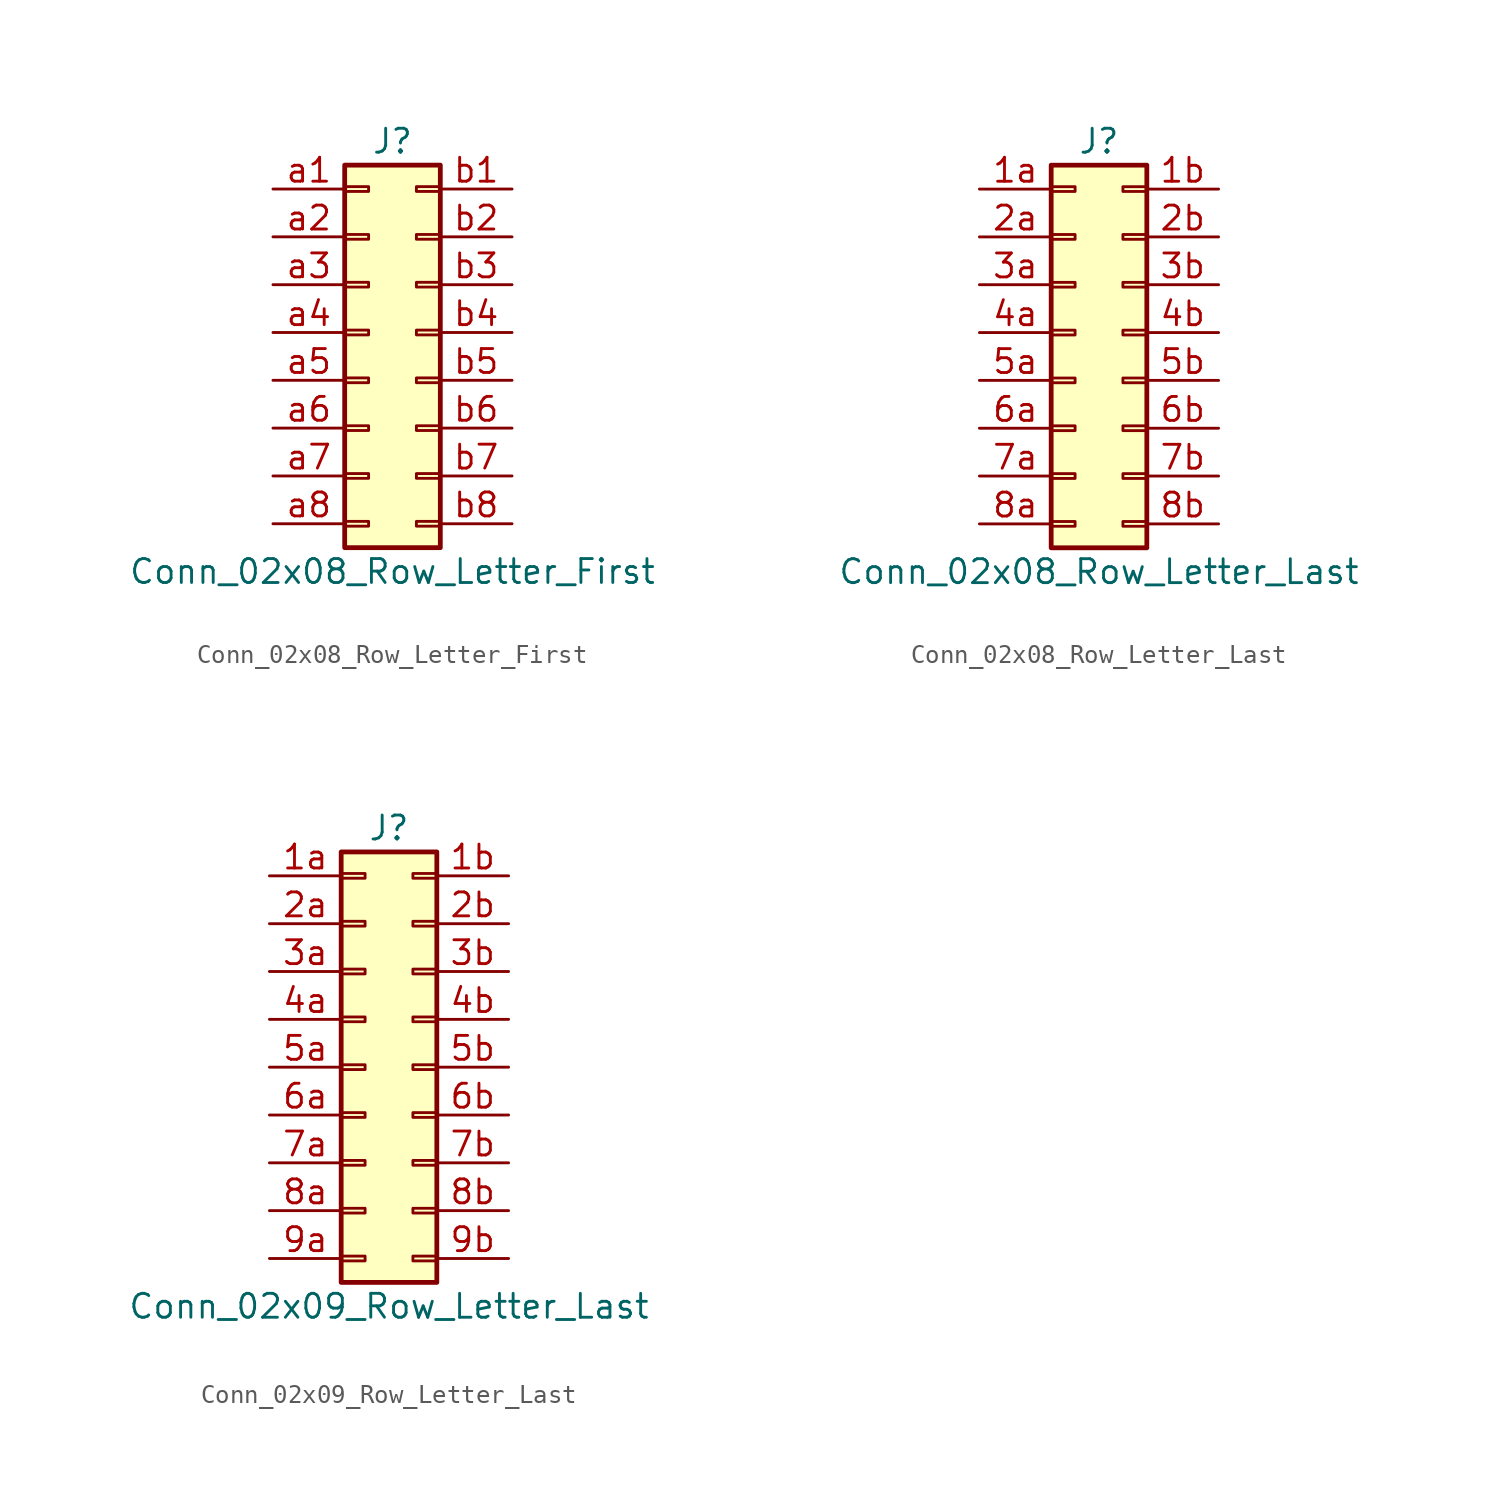
<source format=kicad_sym>
(kicad_symbol_lib
  (version 20201005)
  (generator kicad_symbol_editor)
  (symbol "Conn_02x08_Row_Letter_First"
    (pin_names
      (offset 1.016) hide)
    (property "Reference" "J"
      (at 1.27 10.16 0)
      (effects (font (size 1.27 1.27))))
    (property "Value" "Conn_02x08_Row_Letter_First"
      (at 1.27 -12.7 0)
      (effects (font (size 1.27 1.27))))
    (symbol "Conn_02x08_Row_Letter_First_1_1"
      (rectangle (start -1.27 -10.033) (end 0 -10.287) (stroke (width 0.152)) (fill (type none)))
      (rectangle (start -1.27 -7.493) (end 0 -7.747) (stroke (width 0.152)) (fill (type none)))
      (rectangle (start -1.27 -4.953) (end 0 -5.207) (stroke (width 0.152)) (fill (type none)))
      (rectangle (start -1.27 -2.413) (end 0 -2.667) (stroke (width 0.152)) (fill (type none)))
      (rectangle (start -1.27 0.127) (end 0 -0.127) (stroke (width 0.152)) (fill (type none)))
      (rectangle (start -1.27 2.667) (end 0 2.413) (stroke (width 0.152)) (fill (type none)))
      (rectangle (start -1.27 5.207) (end 0 4.953) (stroke (width 0.152)) (fill (type none)))
      (rectangle (start -1.27 7.747) (end 0 7.493) (stroke (width 0.152)) (fill (type none)))
      (rectangle (start 3.81 -10.033) (end 2.54 -10.287) (stroke (width 0.152)) (fill (type none)))
      (rectangle (start 3.81 -7.493) (end 2.54 -7.747) (stroke (width 0.152)) (fill (type none)))
      (rectangle (start 3.81 -4.953) (end 2.54 -5.207) (stroke (width 0.152)) (fill (type none)))
      (rectangle (start 3.81 -2.413) (end 2.54 -2.667) (stroke (width 0.152)) (fill (type none)))
      (rectangle (start 3.81 0.127) (end 2.54 -0.127) (stroke (width 0.152)) (fill (type none)))
      (rectangle (start 3.81 2.667) (end 2.54 2.413) (stroke (width 0.152)) (fill (type none)))
      (rectangle (start 3.81 5.207) (end 2.54 4.953) (stroke (width 0.152)) (fill (type none)))
      (rectangle (start 3.81 7.747) (end 2.54 7.493) (stroke (width 0.152)) (fill (type none)))
      (rectangle (start -1.27 8.89) (end 3.81 -11.43) (stroke (width 0.254)) (fill (type background)))
      (pin passive line (at -5.08 7.62 0) (length 3.81) (name "Pin_a1" (effects (font (size 1.27 1.27)))) (number "a1" (effects (font (size 1.27 1.27)))))
      (pin passive line (at -5.08 5.08 0) (length 3.81) (name "Pin_a2" (effects (font (size 1.27 1.27)))) (number "a2" (effects (font (size 1.27 1.27)))))
      (pin passive line (at -5.08 2.54 0) (length 3.81) (name "Pin_a3" (effects (font (size 1.27 1.27)))) (number "a3" (effects (font (size 1.27 1.27)))))
      (pin passive line (at -5.08 0 0) (length 3.81) (name "Pin_a4" (effects (font (size 1.27 1.27)))) (number "a4" (effects (font (size 1.27 1.27)))))
      (pin passive line (at -5.08 -2.54 0) (length 3.81) (name "Pin_a5" (effects (font (size 1.27 1.27)))) (number "a5" (effects (font (size 1.27 1.27)))))
      (pin passive line (at -5.08 -5.08 0) (length 3.81) (name "Pin_a6" (effects (font (size 1.27 1.27)))) (number "a6" (effects (font (size 1.27 1.27)))))
      (pin passive line (at -5.08 -7.62 0) (length 3.81) (name "Pin_a7" (effects (font (size 1.27 1.27)))) (number "a7" (effects (font (size 1.27 1.27)))))
      (pin passive line (at -5.08 -10.16 0) (length 3.81) (name "Pin_a8" (effects (font (size 1.27 1.27)))) (number "a8" (effects (font (size 1.27 1.27)))))
      (pin passive line (at 7.62 7.62 180) (length 3.81) (name "Pin_b1" (effects (font (size 1.27 1.27)))) (number "b1" (effects (font (size 1.27 1.27)))))
      (pin passive line (at 7.62 5.08 180) (length 3.81) (name "Pin_b2" (effects (font (size 1.27 1.27)))) (number "b2" (effects (font (size 1.27 1.27)))))
      (pin passive line (at 7.62 2.54 180) (length 3.81) (name "Pin_b3" (effects (font (size 1.27 1.27)))) (number "b3" (effects (font (size 1.27 1.27)))))
      (pin passive line (at 7.62 0 180) (length 3.81) (name "Pin_b4" (effects (font (size 1.27 1.27)))) (number "b4" (effects (font (size 1.27 1.27)))))
      (pin passive line (at 7.62 -2.54 180) (length 3.81) (name "Pin_b5" (effects (font (size 1.27 1.27)))) (number "b5" (effects (font (size 1.27 1.27)))))
      (pin passive line (at 7.62 -5.08 180) (length 3.81) (name "Pin_b6" (effects (font (size 1.27 1.27)))) (number "b6" (effects (font (size 1.27 1.27)))))
      (pin passive line (at 7.62 -7.62 180) (length 3.81) (name "Pin_b7" (effects (font (size 1.27 1.27)))) (number "b7" (effects (font (size 1.27 1.27)))))
      (pin passive line (at 7.62 -10.16 180) (length 3.81) (name "Pin_b8" (effects (font (size 1.27 1.27)))) (number "b8" (effects (font (size 1.27 1.27)))))))
  (symbol "Conn_02x08_Row_Letter_Last"
    (pin_names
      (offset 1.016) hide)
    (property "Reference" "J"
      (at 1.27 10.16 0)
      (effects (font (size 1.27 1.27))))
    (property "Value" "Conn_02x08_Row_Letter_Last"
      (at 1.27 -12.7 0)
      (effects (font (size 1.27 1.27))))
    (symbol "Conn_02x08_Row_Letter_Last_1_1"
      (rectangle (start -1.27 -10.033) (end 0 -10.287) (stroke (width 0.152)) (fill (type none)))
      (rectangle (start -1.27 -7.493) (end 0 -7.747) (stroke (width 0.152)) (fill (type none)))
      (rectangle (start -1.27 -4.953) (end 0 -5.207) (stroke (width 0.152)) (fill (type none)))
      (rectangle (start -1.27 -2.413) (end 0 -2.667) (stroke (width 0.152)) (fill (type none)))
      (rectangle (start -1.27 0.127) (end 0 -0.127) (stroke (width 0.152)) (fill (type none)))
      (rectangle (start -1.27 2.667) (end 0 2.413) (stroke (width 0.152)) (fill (type none)))
      (rectangle (start -1.27 5.207) (end 0 4.953) (stroke (width 0.152)) (fill (type none)))
      (rectangle (start -1.27 7.747) (end 0 7.493) (stroke (width 0.152)) (fill (type none)))
      (rectangle (start 3.81 -10.033) (end 2.54 -10.287) (stroke (width 0.152)) (fill (type none)))
      (rectangle (start 3.81 -7.493) (end 2.54 -7.747) (stroke (width 0.152)) (fill (type none)))
      (rectangle (start 3.81 -4.953) (end 2.54 -5.207) (stroke (width 0.152)) (fill (type none)))
      (rectangle (start 3.81 -2.413) (end 2.54 -2.667) (stroke (width 0.152)) (fill (type none)))
      (rectangle (start 3.81 0.127) (end 2.54 -0.127) (stroke (width 0.152)) (fill (type none)))
      (rectangle (start 3.81 2.667) (end 2.54 2.413) (stroke (width 0.152)) (fill (type none)))
      (rectangle (start 3.81 5.207) (end 2.54 4.953) (stroke (width 0.152)) (fill (type none)))
      (rectangle (start 3.81 7.747) (end 2.54 7.493) (stroke (width 0.152)) (fill (type none)))
      (rectangle (start -1.27 8.89) (end 3.81 -11.43) (stroke (width 0.254)) (fill (type background)))
      (pin passive line (at -5.08 7.62 0) (length 3.81) (name "Pin_1a" (effects (font (size 1.27 1.27)))) (number "1a" (effects (font (size 1.27 1.27)))))
      (pin passive line (at 7.62 7.62 180) (length 3.81) (name "Pin_1b" (effects (font (size 1.27 1.27)))) (number "1b" (effects (font (size 1.27 1.27)))))
      (pin passive line (at -5.08 5.08 0) (length 3.81) (name "Pin_2a" (effects (font (size 1.27 1.27)))) (number "2a" (effects (font (size 1.27 1.27)))))
      (pin passive line (at 7.62 5.08 180) (length 3.81) (name "Pin_2b" (effects (font (size 1.27 1.27)))) (number "2b" (effects (font (size 1.27 1.27)))))
      (pin passive line (at -5.08 2.54 0) (length 3.81) (name "Pin_3a" (effects (font (size 1.27 1.27)))) (number "3a" (effects (font (size 1.27 1.27)))))
      (pin passive line (at 7.62 2.54 180) (length 3.81) (name "Pin_3b" (effects (font (size 1.27 1.27)))) (number "3b" (effects (font (size 1.27 1.27)))))
      (pin passive line (at -5.08 0 0) (length 3.81) (name "Pin_4a" (effects (font (size 1.27 1.27)))) (number "4a" (effects (font (size 1.27 1.27)))))
      (pin passive line (at 7.62 0 180) (length 3.81) (name "Pin_4b" (effects (font (size 1.27 1.27)))) (number "4b" (effects (font (size 1.27 1.27)))))
      (pin passive line (at -5.08 -2.54 0) (length 3.81) (name "Pin_5a" (effects (font (size 1.27 1.27)))) (number "5a" (effects (font (size 1.27 1.27)))))
      (pin passive line (at 7.62 -2.54 180) (length 3.81) (name "Pin_5b" (effects (font (size 1.27 1.27)))) (number "5b" (effects (font (size 1.27 1.27)))))
      (pin passive line (at -5.08 -5.08 0) (length 3.81) (name "Pin_6a" (effects (font (size 1.27 1.27)))) (number "6a" (effects (font (size 1.27 1.27)))))
      (pin passive line (at 7.62 -5.08 180) (length 3.81) (name "Pin_6b" (effects (font (size 1.27 1.27)))) (number "6b" (effects (font (size 1.27 1.27)))))
      (pin passive line (at -5.08 -7.62 0) (length 3.81) (name "Pin_7a" (effects (font (size 1.27 1.27)))) (number "7a" (effects (font (size 1.27 1.27)))))
      (pin passive line (at 7.62 -7.62 180) (length 3.81) (name "Pin_7b" (effects (font (size 1.27 1.27)))) (number "7b" (effects (font (size 1.27 1.27)))))
      (pin passive line (at -5.08 -10.16 0) (length 3.81) (name "Pin_8a" (effects (font (size 1.27 1.27)))) (number "8a" (effects (font (size 1.27 1.27)))))
      (pin passive line (at 7.62 -10.16 180) (length 3.81) (name "Pin_8b" (effects (font (size 1.27 1.27)))) (number "8b" (effects (font (size 1.27 1.27)))))))
  (symbol "Conn_02x09_Row_Letter_Last"
    (pin_names
      (offset 1.016) hide)
    (property "Reference" "J"
      (at 1.27 12.7 0)
      (effects (font (size 1.27 1.27))))
    (property "Value" "Conn_02x09_Row_Letter_Last"
      (at 1.27 -12.7 0)
      (effects (font (size 1.27 1.27))))
    (symbol "Conn_02x09_Row_Letter_Last_1_1"
      (rectangle (start -1.27 -10.033) (end 0 -10.287) (stroke (width 0.152)) (fill (type none)))
      (rectangle (start -1.27 -7.493) (end 0 -7.747) (stroke (width 0.152)) (fill (type none)))
      (rectangle (start -1.27 -4.953) (end 0 -5.207) (stroke (width 0.152)) (fill (type none)))
      (rectangle (start -1.27 -2.413) (end 0 -2.667) (stroke (width 0.152)) (fill (type none)))
      (rectangle (start -1.27 0.127) (end 0 -0.127) (stroke (width 0.152)) (fill (type none)))
      (rectangle (start -1.27 2.667) (end 0 2.413) (stroke (width 0.152)) (fill (type none)))
      (rectangle (start -1.27 5.207) (end 0 4.953) (stroke (width 0.152)) (fill (type none)))
      (rectangle (start -1.27 7.747) (end 0 7.493) (stroke (width 0.152)) (fill (type none)))
      (rectangle (start -1.27 10.287) (end 0 10.033) (stroke (width 0.152)) (fill (type none)))
      (rectangle (start 3.81 -10.033) (end 2.54 -10.287) (stroke (width 0.152)) (fill (type none)))
      (rectangle (start 3.81 -7.493) (end 2.54 -7.747) (stroke (width 0.152)) (fill (type none)))
      (rectangle (start 3.81 -4.953) (end 2.54 -5.207) (stroke (width 0.152)) (fill (type none)))
      (rectangle (start 3.81 -2.413) (end 2.54 -2.667) (stroke (width 0.152)) (fill (type none)))
      (rectangle (start 3.81 0.127) (end 2.54 -0.127) (stroke (width 0.152)) (fill (type none)))
      (rectangle (start 3.81 2.667) (end 2.54 2.413) (stroke (width 0.152)) (fill (type none)))
      (rectangle (start 3.81 5.207) (end 2.54 4.953) (stroke (width 0.152)) (fill (type none)))
      (rectangle (start 3.81 7.747) (end 2.54 7.493) (stroke (width 0.152)) (fill (type none)))
      (rectangle (start 3.81 10.287) (end 2.54 10.033) (stroke (width 0.152)) (fill (type none)))
      (rectangle (start -1.27 11.43) (end 3.81 -11.43) (stroke (width 0.254)) (fill (type background)))
      (pin passive line (at -5.08 10.16 0) (length 3.81) (name "Pin_1a" (effects (font (size 1.27 1.27)))) (number "1a" (effects (font (size 1.27 1.27)))))
      (pin passive line (at 7.62 10.16 180) (length 3.81) (name "Pin_1b" (effects (font (size 1.27 1.27)))) (number "1b" (effects (font (size 1.27 1.27)))))
      (pin passive line (at -5.08 7.62 0) (length 3.81) (name "Pin_2a" (effects (font (size 1.27 1.27)))) (number "2a" (effects (font (size 1.27 1.27)))))
      (pin passive line (at 7.62 7.62 180) (length 3.81) (name "Pin_2b" (effects (font (size 1.27 1.27)))) (number "2b" (effects (font (size 1.27 1.27)))))
      (pin passive line (at -5.08 5.08 0) (length 3.81) (name "Pin_3a" (effects (font (size 1.27 1.27)))) (number "3a" (effects (font (size 1.27 1.27)))))
      (pin passive line (at 7.62 5.08 180) (length 3.81) (name "Pin_3b" (effects (font (size 1.27 1.27)))) (number "3b" (effects (font (size 1.27 1.27)))))
      (pin passive line (at -5.08 2.54 0) (length 3.81) (name "Pin_4a" (effects (font (size 1.27 1.27)))) (number "4a" (effects (font (size 1.27 1.27)))))
      (pin passive line (at 7.62 2.54 180) (length 3.81) (name "Pin_4b" (effects (font (size 1.27 1.27)))) (number "4b" (effects (font (size 1.27 1.27)))))
      (pin passive line (at -5.08 0 0) (length 3.81) (name "Pin_5a" (effects (font (size 1.27 1.27)))) (number "5a" (effects (font (size 1.27 1.27)))))
      (pin passive line (at 7.62 0 180) (length 3.81) (name "Pin_5b" (effects (font (size 1.27 1.27)))) (number "5b" (effects (font (size 1.27 1.27)))))
      (pin passive line (at -5.08 -2.54 0) (length 3.81) (name "Pin_6a" (effects (font (size 1.27 1.27)))) (number "6a" (effects (font (size 1.27 1.27)))))
      (pin passive line (at 7.62 -2.54 180) (length 3.81) (name "Pin_6b" (effects (font (size 1.27 1.27)))) (number "6b" (effects (font (size 1.27 1.27)))))
      (pin passive line (at -5.08 -5.08 0) (length 3.81) (name "Pin_7a" (effects (font (size 1.27 1.27)))) (number "7a" (effects (font (size 1.27 1.27)))))
      (pin passive line (at 7.62 -5.08 180) (length 3.81) (name "Pin_7b" (effects (font (size 1.27 1.27)))) (number "7b" (effects (font (size 1.27 1.27)))))
      (pin passive line (at -5.08 -7.62 0) (length 3.81) (name "Pin_8a" (effects (font (size 1.27 1.27)))) (number "8a" (effects (font (size 1.27 1.27)))))
      (pin passive line (at 7.62 -7.62 180) (length 3.81) (name "Pin_8b" (effects (font (size 1.27 1.27)))) (number "8b" (effects (font (size 1.27 1.27)))))
      (pin passive line (at -5.08 -10.16 0) (length 3.81) (name "Pin_9a" (effects (font (size 1.27 1.27)))) (number "9a" (effects (font (size 1.27 1.27)))))
      (pin passive line (at 7.62 -10.16 180) (length 3.81) (name "Pin_9b" (effects (font (size 1.27 1.27)))) (number "9b" (effects (font (size 1.27 1.27))))))))
</source>
